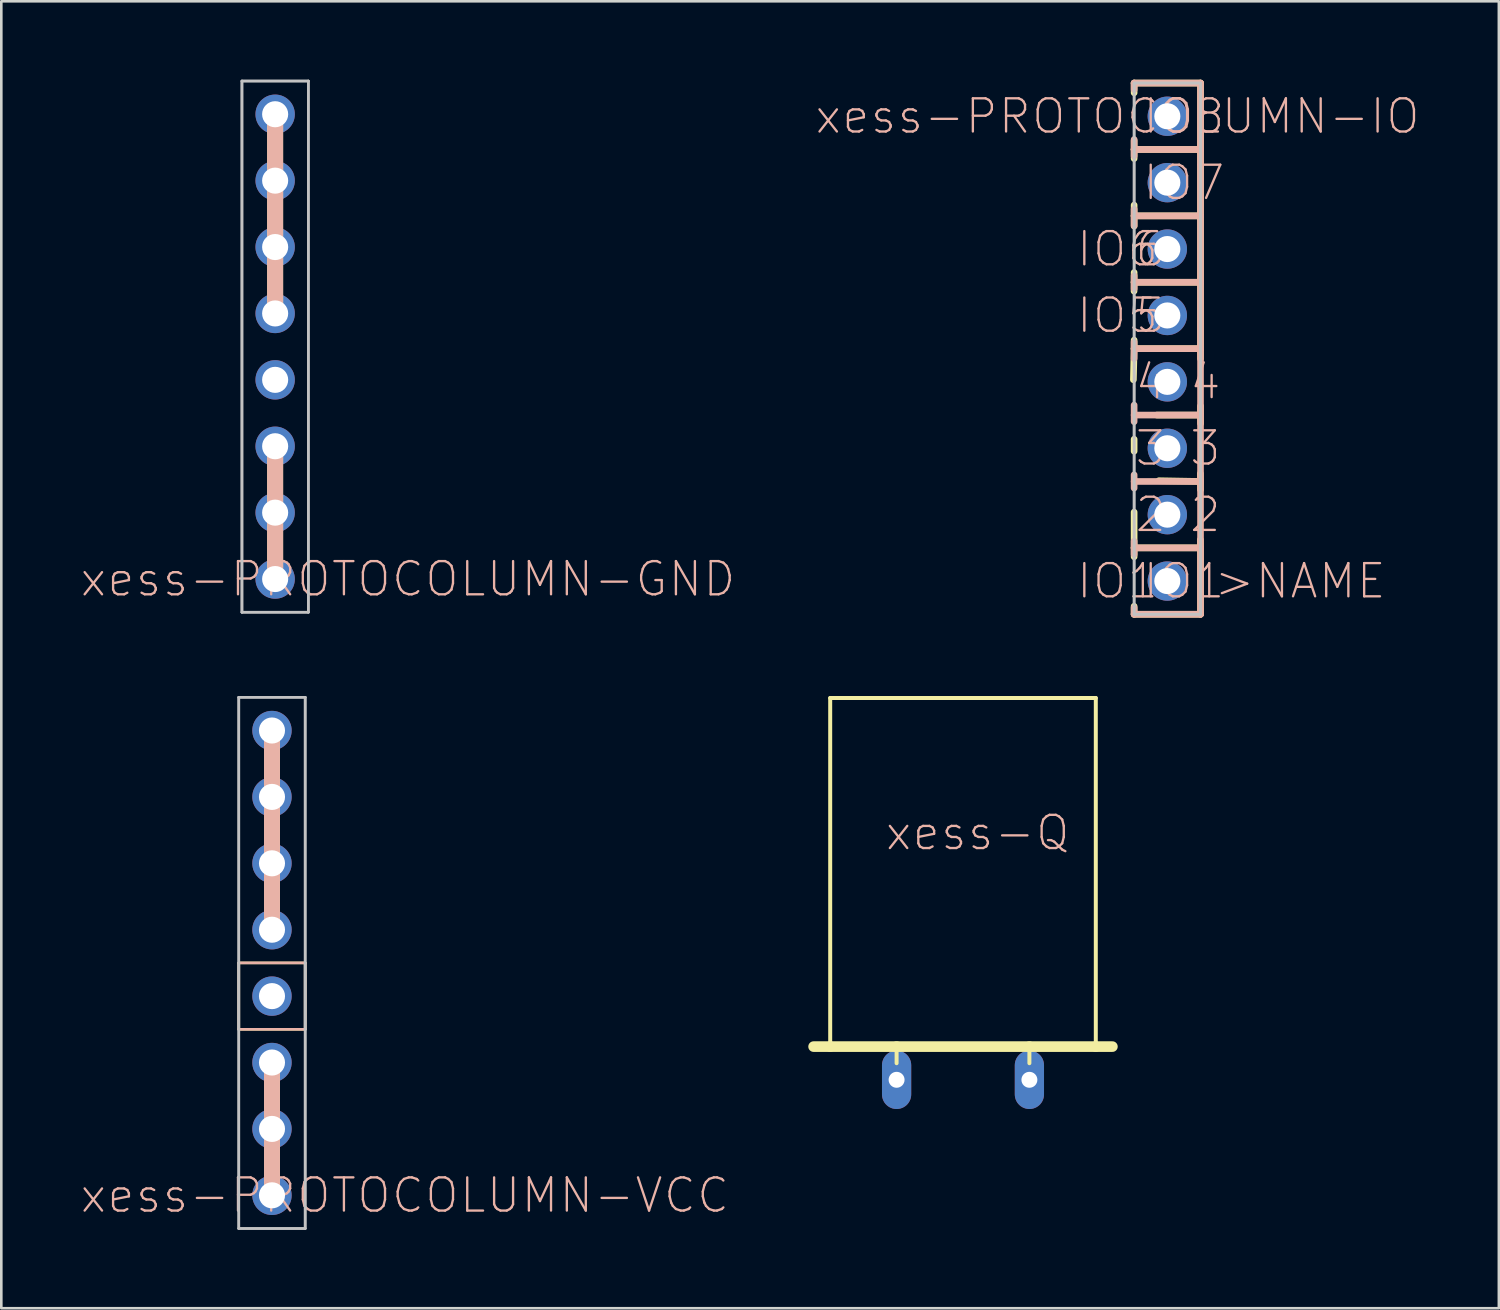
<source format=kicad_pcb>
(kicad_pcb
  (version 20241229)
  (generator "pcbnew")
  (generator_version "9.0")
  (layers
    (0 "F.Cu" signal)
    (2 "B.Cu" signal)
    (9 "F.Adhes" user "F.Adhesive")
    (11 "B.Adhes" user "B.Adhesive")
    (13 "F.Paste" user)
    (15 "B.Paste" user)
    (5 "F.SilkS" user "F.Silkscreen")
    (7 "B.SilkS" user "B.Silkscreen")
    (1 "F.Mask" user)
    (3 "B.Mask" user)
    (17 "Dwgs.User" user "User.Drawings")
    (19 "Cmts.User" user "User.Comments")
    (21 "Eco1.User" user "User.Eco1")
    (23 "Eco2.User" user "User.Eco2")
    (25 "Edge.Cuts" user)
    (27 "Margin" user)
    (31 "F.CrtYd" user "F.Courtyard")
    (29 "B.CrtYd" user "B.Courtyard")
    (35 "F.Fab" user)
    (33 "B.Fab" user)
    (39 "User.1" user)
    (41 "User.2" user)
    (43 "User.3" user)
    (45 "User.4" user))
  (footprint "xess-Q"
    (layer "F.Cu")
    (at 33.787 30.635)
    (property "Reference" "xess-Q" (at 0.559 -1.829 0) (layer "B.SilkS") (effects (font (size 1.27 1.27) (thickness 0.089))))
    (attr exclude_from_pos_files exclude_from_bom)
    (fp_line (start -5.08 6.35) (end -5.715 6.35) (stroke (width 0.406) (type solid)) (layer "F.SilkS"))
    (fp_line (start -5.08 6.35) (end -5.08 -6.985) (stroke (width 0.152) (type solid)) (layer "F.SilkS"))
    (fp_line (start -2.54 6.35) (end -5.08 6.35) (stroke (width 0.406) (type solid)) (layer "F.SilkS"))
    (fp_line (start -2.54 6.35) (end -2.54 6.985) (stroke (width 0.152) (type solid)) (layer "F.SilkS"))
    (fp_line (start 2.54 6.35) (end -2.54 6.35) (stroke (width 0.406) (type solid)) (layer "F.SilkS"))
    (fp_line (start 2.54 6.35) (end 2.54 6.985) (stroke (width 0.152) (type solid)) (layer "F.SilkS"))
    (fp_line (start 5.08 -6.985) (end -5.08 -6.985) (stroke (width 0.152) (type solid)) (layer "F.SilkS"))
    (fp_line (start 5.08 6.35) (end 2.54 6.35) (stroke (width 0.406) (type solid)) (layer "F.SilkS"))
    (fp_line (start 5.08 6.35) (end 5.08 -6.985) (stroke (width 0.152) (type solid)) (layer "F.SilkS"))
    (fp_line (start 5.715 6.35) (end 5.08 6.35) (stroke (width 0.406) (type solid)) (layer "F.SilkS"))
    (pad "1" thru_hole oval (at -2.54 7.62) (size 1.118 2.235) (drill 0.61) (layers "*.Cu" "*.Mask"))
    (pad "2" thru_hole oval (at 2.54 7.62) (size 1.118 2.235) (drill 0.61) (layers "*.Cu" "*.Mask")))
  (footprint "xess-PROTOCOLUMN-IO"
    (layer "F.Cu")
    (at 41.603 11.557)
    (property "Reference" "xess-PROTOCOLUMN-IO" (at -1.905 -10.16 0) (layer "B.SilkS") (effects (font (size 1.27 1.27) (thickness 0.089))))
    (attr exclude_from_pos_files exclude_from_bom)
    (fp_line (start -1.298 -0.081) (end -1.27 -1.27) (stroke (width 0.254) (type solid)) (layer "F.SilkS"))
    (fp_line (start -1.27 -11.43) (end -1.27 -11.057) (stroke (width 0.254) (type solid)) (layer "F.SilkS"))
    (fp_line (start -1.27 -11.43) (end 1.27 -11.43) (stroke (width 0.254) (type solid)) (layer "F.SilkS"))
    (fp_line (start -1.27 -9.228) (end -1.27 -8.89) (stroke (width 0.254) (type solid)) (layer "F.SilkS"))
    (fp_line (start -1.27 -8.89) (end -1.27 -8.542) (stroke (width 0.254) (type solid)) (layer "F.SilkS"))
    (fp_line (start -1.27 -8.89) (end 1.27 -8.89) (stroke (width 0.254) (type solid)) (layer "F.SilkS"))
    (fp_line (start -1.27 -6.761) (end -1.27 -6.35) (stroke (width 0.254) (type solid)) (layer "F.SilkS"))
    (fp_line (start -1.27 -6.35) (end -1.27 -5.959) (stroke (width 0.254) (type solid)) (layer "F.SilkS"))
    (fp_line (start -1.27 -6.35) (end 1.27 -6.35) (stroke (width 0.254) (type solid)) (layer "F.SilkS"))
    (fp_line (start -1.27 -4.183) (end -1.27 -3.81) (stroke (width 0.254) (type solid)) (layer "F.SilkS"))
    (fp_line (start -1.27 -3.81) (end -1.273 -3.47) (stroke (width 0.254) (type solid)) (layer "F.SilkS"))
    (fp_line (start -1.27 -3.81) (end 1.27 -3.81) (stroke (width 0.254) (type solid)) (layer "F.SilkS"))
    (fp_line (start -1.27 -1.595) (end -1.27 -1.27) (stroke (width 0.254) (type solid)) (layer "F.SilkS"))
    (fp_line (start -1.27 -1.27) (end 1.27 -1.27) (stroke (width 0.254) (type solid)) (layer "F.SilkS"))
    (fp_line (start -1.27 2.654) (end -1.27 2.195) (stroke (width 0.254) (type solid)) (layer "F.SilkS"))
    (fp_line (start -1.27 6.35) (end -1.27 4.983) (stroke (width 0.254) (type solid)) (layer "F.SilkS"))
    (fp_line (start -1.27 6.35) (end -1.27 6.69) (stroke (width 0.254) (type solid)) (layer "F.SilkS"))
    (fp_line (start -1.27 6.35) (end 1.27 6.35) (stroke (width 0.254) (type solid)) (layer "F.SilkS"))
    (fp_line (start -1.27 8.585) (end -1.27 8.89) (stroke (width 0.254) (type solid)) (layer "F.SilkS"))
    (fp_line (start -0.404 1.27) (end 1.27 1.27) (stroke (width 0.254) (type solid)) (layer "F.SilkS"))
    (fp_line (start -0.323 3.782) (end 1.27 3.81) (stroke (width 0.254) (type solid)) (layer "F.SilkS"))
    (fp_line (start 1.265 3.508) (end 1.27 3.81) (stroke (width 0.254) (type solid)) (layer "F.SilkS"))
    (fp_line (start 1.265 6.038) (end 1.27 6.35) (stroke (width 0.254) (type solid)) (layer "F.SilkS"))
    (fp_line (start 1.27 -11.43) (end 1.27 -8.89) (stroke (width 0.254) (type solid)) (layer "F.SilkS"))
    (fp_line (start 1.27 -8.89) (end 1.27 -6.35) (stroke (width 0.254) (type solid)) (layer "F.SilkS"))
    (fp_line (start 1.27 -6.35) (end 1.27 -3.81) (stroke (width 0.254) (type solid)) (layer "F.SilkS"))
    (fp_line (start 1.27 -3.81) (end 1.27 -1.27) (stroke (width 0.254) (type solid)) (layer "F.SilkS"))
    (fp_line (start 1.27 -1.27) (end 1.27 -0.884) (stroke (width 0.254) (type solid)) (layer "F.SilkS"))
    (fp_line (start 1.27 0.925) (end 1.27 1.27) (stroke (width 0.254) (type solid)) (layer "F.SilkS"))
    (fp_line (start 1.27 1.27) (end 1.273 1.593) (stroke (width 0.254) (type solid)) (layer "F.SilkS"))
    (fp_line (start 1.27 3.81) (end 1.27 4.122) (stroke (width 0.254) (type solid)) (layer "F.SilkS"))
    (fp_line (start 1.27 6.35) (end 1.27 8.89) (stroke (width 0.254) (type solid)) (layer "F.SilkS"))
    (fp_line (start 1.27 8.89) (end -1.27 8.89) (stroke (width 0.254) (type solid)) (layer "F.SilkS"))
    (fp_line (start -1.27 -11.43) (end -1.27 -11.176) (stroke (width 0.254) (type solid)) (layer "B.SilkS"))
    (fp_line (start -1.27 -11.43) (end 1.27 -11.43) (stroke (width 0.254) (type solid)) (layer "B.SilkS"))
    (fp_line (start -1.27 -9.271) (end -1.27 -8.89) (stroke (width 0.254) (type solid)) (layer "B.SilkS"))
    (fp_line (start -1.27 -8.89) (end -1.27 -8.636) (stroke (width 0.254) (type solid)) (layer "B.SilkS"))
    (fp_line (start -1.27 -6.604) (end -1.27 -5.969) (stroke (width 0.254) (type solid)) (layer "B.SilkS"))
    (fp_line (start -1.27 -6.35) (end 1.27 -6.35) (stroke (width 0.254) (type solid)) (layer "B.SilkS"))
    (fp_line (start -1.27 -4.064) (end -1.27 -3.556) (stroke (width 0.254) (type solid)) (layer "B.SilkS"))
    (fp_line (start -1.27 -3.81) (end 1.27 -3.81) (stroke (width 0.254) (type solid)) (layer "B.SilkS"))
    (fp_line (start -1.27 -1.524) (end -1.27 -0.889) (stroke (width 0.254) (type solid)) (layer "B.SilkS"))
    (fp_line (start -1.27 -1.27) (end 1.27 -1.27) (stroke (width 0.254) (type solid)) (layer "B.SilkS"))
    (fp_line (start -1.27 0.889) (end -1.27 1.524) (stroke (width 0.254) (type solid)) (layer "B.SilkS"))
    (fp_line (start -1.27 1.27) (end 1.27 1.27) (stroke (width 0.254) (type solid)) (layer "B.SilkS"))
    (fp_line (start -1.27 3.556) (end -1.27 4.064) (stroke (width 0.254) (type solid)) (layer "B.SilkS"))
    (fp_line (start -1.27 3.81) (end 1.27 3.81) (stroke (width 0.254) (type solid)) (layer "B.SilkS"))
    (fp_line (start -1.27 6.096) (end -1.27 6.604) (stroke (width 0.254) (type solid)) (layer "B.SilkS"))
    (fp_line (start -1.27 6.35) (end 1.27 6.35) (stroke (width 0.254) (type solid)) (layer "B.SilkS"))
    (fp_line (start -1.27 8.636) (end -1.27 8.89) (stroke (width 0.254) (type solid)) (layer "B.SilkS"))
    (fp_line (start -1.27 8.89) (end 1.27 8.89) (stroke (width 0.254) (type solid)) (layer "B.SilkS"))
    (fp_line (start 1.27 -11.43) (end 1.27 -8.89) (stroke (width 0.254) (type solid)) (layer "B.SilkS"))
    (fp_line (start 1.27 -8.89) (end -1.27 -8.89) (stroke (width 0.254) (type solid)) (layer "B.SilkS"))
    (fp_line (start 1.27 -6.35) (end 1.27 -8.89) (stroke (width 0.254) (type solid)) (layer "B.SilkS"))
    (fp_line (start 1.27 -3.81) (end 1.27 -6.35) (stroke (width 0.254) (type solid)) (layer "B.SilkS"))
    (fp_line (start 1.27 -1.27) (end 1.27 -3.81) (stroke (width 0.254) (type solid)) (layer "B.SilkS"))
    (fp_line (start 1.27 1.27) (end 1.27 -1.27) (stroke (width 0.254) (type solid)) (layer "B.SilkS"))
    (fp_line (start 1.27 3.81) (end 1.27 1.27) (stroke (width 0.254) (type solid)) (layer "B.SilkS"))
    (fp_line (start 1.27 6.35) (end 1.27 3.81) (stroke (width 0.254) (type solid)) (layer "B.SilkS"))
    (fp_line (start 1.27 8.89) (end 1.27 6.35) (stroke (width 0.254) (type solid)) (layer "B.SilkS"))
    (fp_line (start -1.27 -11.43) (end 1.27 -11.43) (stroke (width 0.1) (type solid)) (layer "Dwgs.User"))
    (fp_line (start -1.27 -11.43) (end 1.27 -11.43) (stroke (width 0.1) (type solid)) (layer "Dwgs.User"))
    (fp_line (start -1.27 8.89) (end -1.27 -11.43) (stroke (width 0.1) (type solid)) (layer "Dwgs.User"))
    (fp_line (start -1.27 8.89) (end -1.27 -11.43) (stroke (width 0.1) (type solid)) (layer "Dwgs.User"))
    (fp_line (start 1.27 -11.43) (end 1.27 8.89) (stroke (width 0.1) (type solid)) (layer "Dwgs.User"))
    (fp_line (start 1.27 -11.43) (end 1.27 8.89) (stroke (width 0.1) (type solid)) (layer "Dwgs.User"))
    (fp_line (start 1.27 8.89) (end -1.27 8.89) (stroke (width 0.1) (type solid)) (layer "Dwgs.User"))
    (fp_line (start 1.27 8.89) (end -1.27 8.89) (stroke (width 0.1) (type solid)) (layer "Dwgs.User"))
    (fp_text user "IO1" (at -1.905 7.62 0) (layer "B.SilkS") (effects (font (size 1.27 1.27) (thickness 0.089))))
    (fp_text user "IO5" (at -1.905 -2.54 0) (layer "B.SilkS") (effects (font (size 1.27 1.27) (thickness 0.089))))
    (fp_text user "IO1" (at 0.635 7.62 0) (layer "B.SilkS") (effects (font (size 1.27 1.27) (thickness 0.089))))
    (fp_text user "3" (at 1.453 2.54 0) (layer "B.SilkS") (effects (font (size 1.27 1.27) (thickness 0.089))))
    (fp_text user "3" (at -0.635 2.54 0) (layer "B.SilkS") (effects (font (size 1.27 1.27) (thickness 0.089))))
    (fp_text user "IO8" (at 0.635 -10.16 0) (layer "B.SilkS") (effects (font (size 1.27 1.27) (thickness 0.089))))
    (fp_text user "6" (at -0.635 -5.08 0) (layer "B.SilkS") (effects (font (size 1.27 1.27) (thickness 0.089))))
    (fp_text user "IO6" (at -1.905 -5.08 0) (layer "B.SilkS") (effects (font (size 1.27 1.27) (thickness 0.089))))
    (fp_text user "IO7" (at 0.635 -7.62 0) (layer "B.SilkS") (effects (font (size 1.27 1.27) (thickness 0.089))))
    (fp_text user ">NAME" (at 5.08 7.62 0) (layer "B.SilkS") (effects (font (size 1.27 1.27) (thickness 0.089))))
    (fp_text user "2" (at -0.635 5.08 0) (layer "B.SilkS") (effects (font (size 1.27 1.27) (thickness 0.089))))
    (fp_text user "4" (at -0.635 0 0) (layer "B.SilkS") (effects (font (size 1.27 1.27) (thickness 0.089))))
    (fp_text user "2" (at 1.453 5.08 0) (layer "B.SilkS") (effects (font (size 1.27 1.27) (thickness 0.089))))
    (fp_text user "5" (at -0.635 -2.54 0) (layer "B.SilkS") (effects (font (size 1.27 1.27) (thickness 0.089))))
    (fp_text user "4" (at 1.453 0 0) (layer "B.SilkS") (effects (font (size 1.27 1.27) (thickness 0.089))))
    (pad "IO1" thru_hole circle (at 0 7.62) (size 1.506 1.506) (drill 0.998) (layers "*.Cu" "*.Mask"))
    (pad "IO2" thru_hole circle (at 0 5.08) (size 1.506 1.506) (drill 0.998) (layers "*.Cu" "*.Mask"))
    (pad "IO3" thru_hole circle (at 0 2.54) (size 1.506 1.506) (drill 0.998) (layers "*.Cu" "*.Mask"))
    (pad "IO4" thru_hole circle (at 0 0) (size 1.506 1.506) (drill 0.998) (layers "*.Cu" "*.Mask"))
    (pad "IO5" thru_hole circle (at 0 -2.54) (size 1.506 1.506) (drill 0.998) (layers "*.Cu" "*.Mask"))
    (pad "IO6" thru_hole circle (at 0 -5.08) (size 1.506 1.506) (drill 0.998) (layers "*.Cu" "*.Mask"))
    (pad "IO7" thru_hole circle (at 0 -7.62) (size 1.506 1.506) (drill 0.998) (layers "*.Cu" "*.Mask"))
    (pad "IO8" thru_hole circle (at 0 -10.16) (size 1.506 1.506) (drill 0.998) (layers "*.Cu" "*.Mask")))
  (footprint "xess-PROTOCOLUMN-VCC"
    (layer "F.Cu")
    (at 7.354 35.054)
    (property "Reference" "xess-PROTOCOLUMN-VCC" (at 5.08 7.62 0) (layer "B.SilkS") (effects (font (size 1.27 1.27) (thickness 0.089))))
    (attr exclude_from_pos_files exclude_from_bom)
    (fp_line (start -1.27 -1.27) (end 1.27 -1.27) (stroke (width 0.1) (type solid)) (layer "F.SilkS"))
    (fp_line (start -1.27 1.27) (end -1.27 -1.27) (stroke (width 0.1) (type solid)) (layer "F.SilkS"))
    (fp_line (start 0 -10.16) (end 0 -2.54) (stroke (width 0.61) (type solid)) (layer "F.SilkS"))
    (fp_line (start 0 2.54) (end 0 7.62) (stroke (width 0.61) (type solid)) (layer "F.SilkS"))
    (fp_line (start 1.27 -1.27) (end 1.27 1.27) (stroke (width 0.1) (type solid)) (layer "F.SilkS"))
    (fp_line (start 1.27 1.27) (end -1.27 1.27) (stroke (width 0.1) (type solid)) (layer "F.SilkS"))
    (fp_line (start -1.27 -1.27) (end 1.27 -1.27) (stroke (width 0.1) (type solid)) (layer "B.SilkS"))
    (fp_line (start -1.27 1.27) (end -1.27 -1.27) (stroke (width 0.1) (type solid)) (layer "B.SilkS"))
    (fp_line (start 0 -10.16) (end 0 -2.54) (stroke (width 0.61) (type solid)) (layer "B.SilkS"))
    (fp_line (start 0 2.54) (end 0 7.62) (stroke (width 0.61) (type solid)) (layer "B.SilkS"))
    (fp_line (start 1.27 -1.27) (end 1.27 1.27) (stroke (width 0.1) (type solid)) (layer "B.SilkS"))
    (fp_line (start 1.27 1.27) (end -1.27 1.27) (stroke (width 0.1) (type solid)) (layer "B.SilkS"))
    (fp_line (start -1.27 -11.43) (end 1.27 -11.43) (stroke (width 0.1) (type solid)) (layer "Dwgs.User"))
    (fp_line (start -1.27 -11.43) (end 1.27 -11.43) (stroke (width 0.1) (type solid)) (layer "Dwgs.User"))
    (fp_line (start -1.27 8.89) (end -1.27 -11.43) (stroke (width 0.1) (type solid)) (layer "Dwgs.User"))
    (fp_line (start -1.27 8.89) (end -1.27 -11.43) (stroke (width 0.1) (type solid)) (layer "Dwgs.User"))
    (fp_line (start 1.27 -11.43) (end 1.27 8.89) (stroke (width 0.1) (type solid)) (layer "Dwgs.User"))
    (fp_line (start 1.27 -11.43) (end 1.27 8.89) (stroke (width 0.1) (type solid)) (layer "Dwgs.User"))
    (fp_line (start 1.27 8.89) (end -1.27 8.89) (stroke (width 0.1) (type solid)) (layer "Dwgs.User"))
    (fp_line (start 1.27 8.89) (end -1.27 8.89) (stroke (width 0.1) (type solid)) (layer "Dwgs.User"))
    (pad "P1" thru_hole circle (at 0 -10.16) (size 1.506 1.506) (drill 0.998) (layers "*.Cu" "*.Mask"))
    (pad "P2" thru_hole circle (at 0 -7.62) (size 1.506 1.506) (drill 0.998) (layers "*.Cu" "*.Mask"))
    (pad "P3" thru_hole circle (at 0 -5.08) (size 1.506 1.506) (drill 0.998) (layers "*.Cu" "*.Mask"))
    (pad "P4" thru_hole circle (at 0 -2.54) (size 1.506 1.506) (drill 0.998) (layers "*.Cu" "*.Mask"))
    (pad "P5" thru_hole circle (at 0 2.54) (size 1.506 1.506) (drill 0.998) (layers "*.Cu" "*.Mask"))
    (pad "P6" thru_hole circle (at 0 5.08) (size 1.506 1.506) (drill 0.998) (layers "*.Cu" "*.Mask"))
    (pad "P7" thru_hole circle (at 0 7.62) (size 1.506 1.506) (drill 0.998) (layers "*.Cu" "*.Mask"))
    (pad "PVCC" thru_hole circle (at 0 0) (size 1.506 1.506) (drill 0.998) (layers "*.Cu" "*.Mask")))
  (footprint "xess-PROTOCOLUMN-GND"
    (layer "F.Cu")
    (at 7.475 11.48)
    (property "Reference" "xess-PROTOCOLUMN-GND" (at 5.08 7.62 0) (layer "B.SilkS") (effects (font (size 1.27 1.27) (thickness 0.089))))
    (attr exclude_from_pos_files exclude_from_bom)
    (fp_line (start 0 -10.16) (end 0 -2.54) (stroke (width 0.61) (type solid)) (layer "F.SilkS"))
    (fp_line (start 0 2.54) (end 0 7.62) (stroke (width 0.61) (type solid)) (layer "F.SilkS"))
    (fp_line (start 0 -10.16) (end 0 -2.54) (stroke (width 0.61) (type solid)) (layer "B.SilkS"))
    (fp_line (start 0 2.54) (end 0 7.62) (stroke (width 0.61) (type solid)) (layer "B.SilkS"))
    (fp_line (start -1.27 -11.43) (end 1.27 -11.43) (stroke (width 0.1) (type solid)) (layer "Dwgs.User"))
    (fp_line (start -1.27 -11.43) (end 1.27 -11.43) (stroke (width 0.1) (type solid)) (layer "Dwgs.User"))
    (fp_line (start -1.27 8.89) (end -1.27 -11.43) (stroke (width 0.1) (type solid)) (layer "Dwgs.User"))
    (fp_line (start -1.27 8.89) (end -1.27 -11.43) (stroke (width 0.1) (type solid)) (layer "Dwgs.User"))
    (fp_line (start 1.27 -11.43) (end 1.27 8.89) (stroke (width 0.1) (type solid)) (layer "Dwgs.User"))
    (fp_line (start 1.27 -11.43) (end 1.27 8.89) (stroke (width 0.1) (type solid)) (layer "Dwgs.User"))
    (fp_line (start 1.27 8.89) (end -1.27 8.89) (stroke (width 0.1) (type solid)) (layer "Dwgs.User"))
    (fp_line (start 1.27 8.89) (end -1.27 8.89) (stroke (width 0.1) (type solid)) (layer "Dwgs.User"))
    (pad "P1" thru_hole circle (at 0 -10.16) (size 1.506 1.506) (drill 0.998) (layers "*.Cu" "*.Mask"))
    (pad "P2" thru_hole circle (at 0 -7.62) (size 1.506 1.506) (drill 0.998) (layers "*.Cu" "*.Mask"))
    (pad "P3" thru_hole circle (at 0 -5.08) (size 1.506 1.506) (drill 0.998) (layers "*.Cu" "*.Mask"))
    (pad "P4" thru_hole circle (at 0 -2.54) (size 1.506 1.506) (drill 0.998) (layers "*.Cu" "*.Mask"))
    (pad "P5" thru_hole circle (at 0 2.54) (size 1.506 1.506) (drill 0.998) (layers "*.Cu" "*.Mask"))
    (pad "P6" thru_hole circle (at 0 5.08) (size 1.506 1.506) (drill 0.998) (layers "*.Cu" "*.Mask"))
    (pad "P7" thru_hole circle (at 0 7.62) (size 1.506 1.506) (drill 0.998) (layers "*.Cu" "*.Mask"))
    (pad "PGND" thru_hole circle (at 0 0) (size 1.506 1.506) (drill 0.998) (layers "*.Cu" "*.Mask")))
  (gr_rect
    (start -3 -3)
    (end 54.285 46.994)
    (stroke (width 0.1) (type default))
    (fill no)
    (layer "Edge.Cuts")))
</source>
